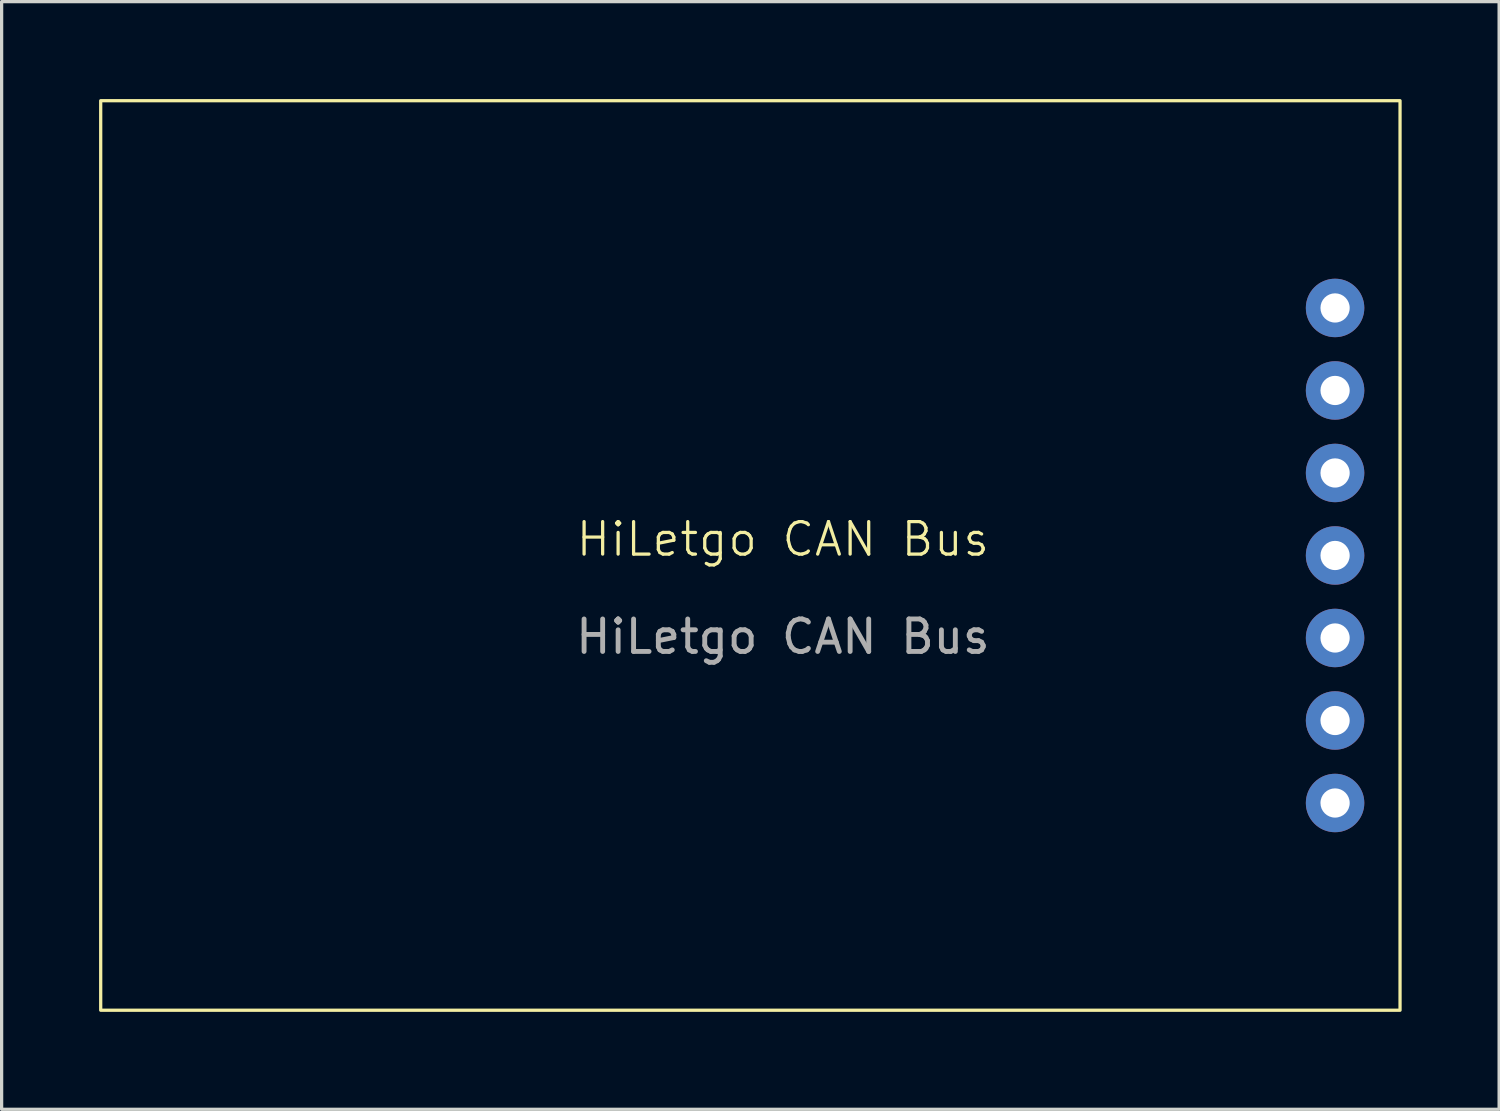
<source format=kicad_pcb>
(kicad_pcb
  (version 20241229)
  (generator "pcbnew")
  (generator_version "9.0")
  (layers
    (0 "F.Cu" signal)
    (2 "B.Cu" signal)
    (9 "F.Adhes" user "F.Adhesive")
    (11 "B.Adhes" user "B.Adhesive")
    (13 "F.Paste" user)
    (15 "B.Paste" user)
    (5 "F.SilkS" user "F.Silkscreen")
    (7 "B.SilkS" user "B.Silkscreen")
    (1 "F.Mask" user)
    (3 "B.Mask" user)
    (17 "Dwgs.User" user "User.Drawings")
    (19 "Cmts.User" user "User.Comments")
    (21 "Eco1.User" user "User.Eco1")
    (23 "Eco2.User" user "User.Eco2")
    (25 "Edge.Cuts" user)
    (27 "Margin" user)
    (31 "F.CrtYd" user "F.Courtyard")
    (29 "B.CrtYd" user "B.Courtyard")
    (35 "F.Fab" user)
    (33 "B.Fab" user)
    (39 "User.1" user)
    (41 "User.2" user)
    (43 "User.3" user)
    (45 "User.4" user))
  (footprint "HiLetgo CAN Bus"
    (layer "F.Cu")
    (at 21.05 14.05)
    (property "Reference" "HiLetgo CAN Bus" (at 0 -0.5 0) (unlocked yes) (layer "F.SilkS") (effects (font (size 1 1) (thickness 0.1))))
    (attr through_hole)
    (fp_rect (start -21 -14) (end 19 14) (stroke (width 0.1) (type default)) (fill no) (layer "F.SilkS"))
    (fp_text user "${REFERENCE}" (at 0 2.5 0) (unlocked yes) (layer "F.Fab") (effects (font (size 1 1) (thickness 0.15))))
    (pad "1" thru_hole circle (at 17 -7.62) (size 1.8 1.8) (drill 0.9) (layers "*.Cu" "*.Mask"))
    (pad "2" thru_hole circle (at 17 -5.08) (size 1.8 1.8) (drill 0.9) (layers "*.Cu" "*.Mask"))
    (pad "3" thru_hole circle (at 17 -2.54) (size 1.8 1.8) (drill 0.9) (layers "*.Cu" "*.Mask"))
    (pad "4" thru_hole circle (at 17 0) (size 1.8 1.8) (drill 0.9) (layers "*.Cu" "*.Mask"))
    (pad "5" thru_hole circle (at 17 2.54) (size 1.8 1.8) (drill 0.9) (layers "*.Cu" "*.Mask"))
    (pad "6" thru_hole circle (at 17 5.08) (size 1.8 1.8) (drill 0.9) (layers "*.Cu" "*.Mask"))
    (pad "7" thru_hole circle (at 17 7.62) (size 1.8 1.8) (drill 0.9) (layers "*.Cu" "*.Mask")))
  (gr_rect
    (start -3 -3)
    (end 43.1 31.1)
    (stroke (width 0.1) (type default))
    (fill no)
    (layer "Edge.Cuts")))
</source>
